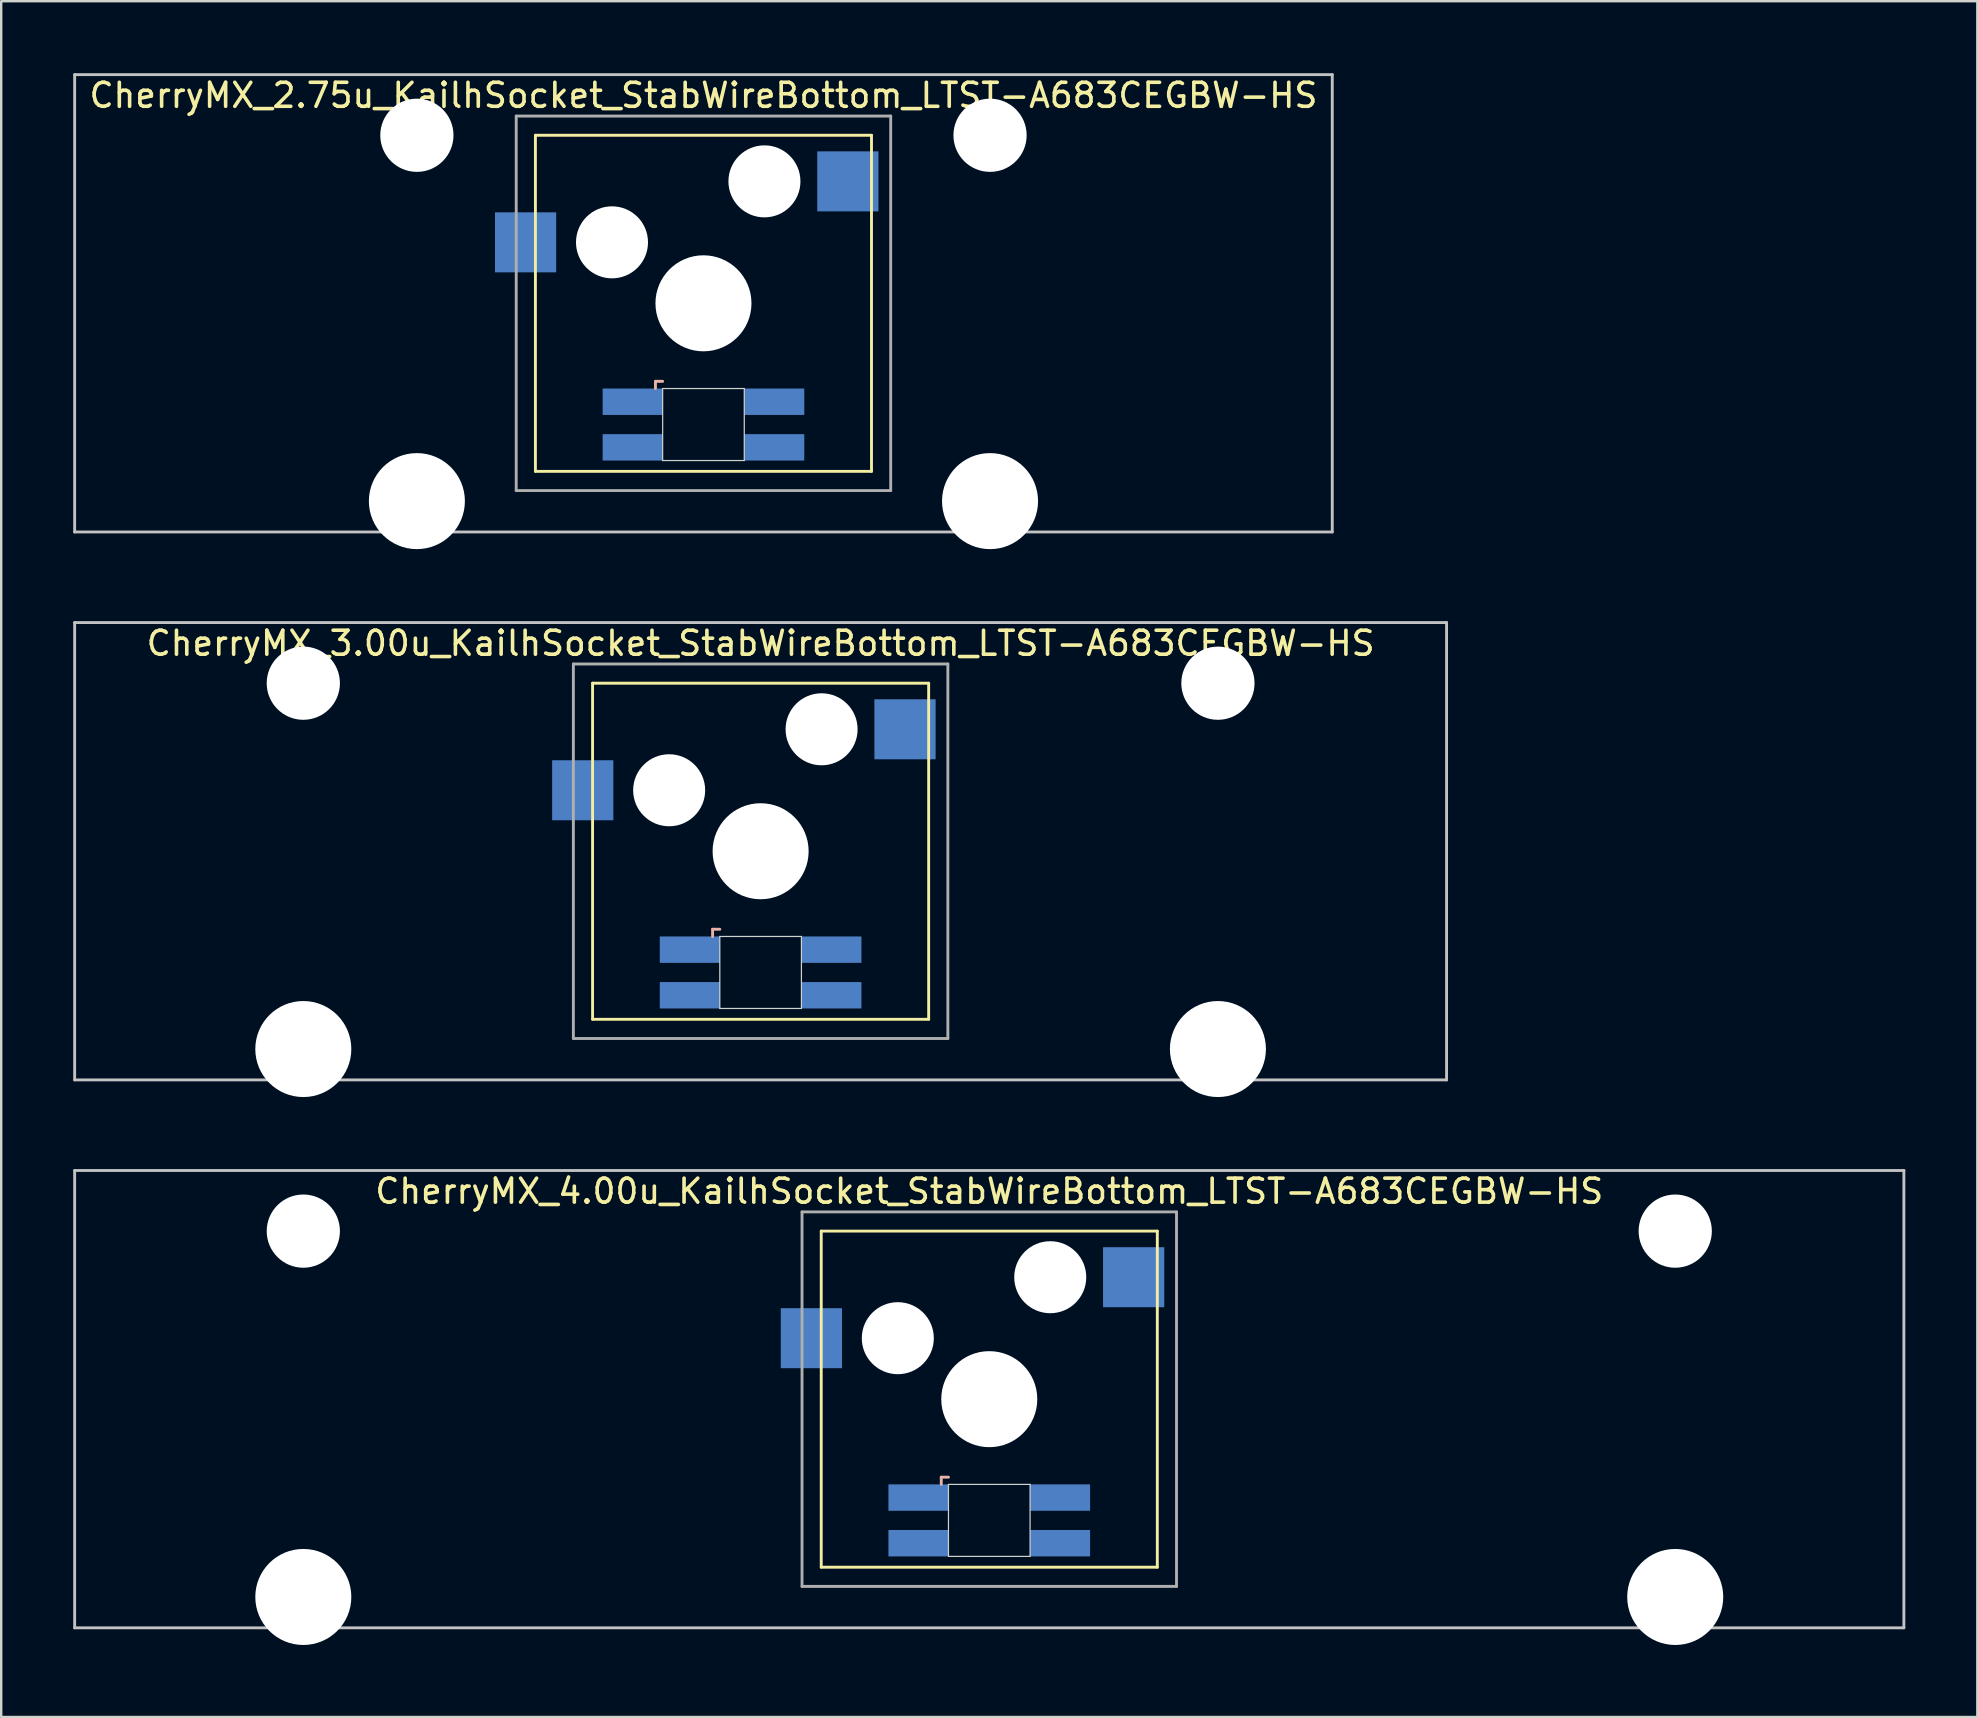
<source format=kicad_pcb>
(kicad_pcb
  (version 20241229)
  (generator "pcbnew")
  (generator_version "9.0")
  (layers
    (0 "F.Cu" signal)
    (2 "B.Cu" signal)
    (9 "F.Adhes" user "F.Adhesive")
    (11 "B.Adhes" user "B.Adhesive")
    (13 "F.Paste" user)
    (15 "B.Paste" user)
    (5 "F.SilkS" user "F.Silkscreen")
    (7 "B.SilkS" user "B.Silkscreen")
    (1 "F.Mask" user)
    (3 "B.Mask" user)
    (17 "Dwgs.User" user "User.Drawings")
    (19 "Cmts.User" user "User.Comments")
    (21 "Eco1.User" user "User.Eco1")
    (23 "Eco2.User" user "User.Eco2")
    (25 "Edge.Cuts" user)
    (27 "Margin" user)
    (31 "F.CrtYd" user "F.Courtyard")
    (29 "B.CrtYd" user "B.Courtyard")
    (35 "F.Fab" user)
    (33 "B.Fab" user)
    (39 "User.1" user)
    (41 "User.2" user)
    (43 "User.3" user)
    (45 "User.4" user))
  (footprint "CherryMX_3.00u_KailhSocket_StabWireBottom_LTST-A683CEGBW-HS"
    (layer "F.Cu")
    (at 28.635 32.41)
    (property "Reference" "CherryMX_3.00u_KailhSocket_StabWireBottom_LTST-A683CEGBW-HS" (at 0 -8.662 0) (layer "F.SilkS") (effects (font (size 1 1) (thickness 0.15))))
    (attr through_hole)
    (fp_line (start -7 -7) (end -7 7) (stroke (width 0.12) (type solid)) (layer "F.SilkS"))
    (fp_line (start -7 -7) (end 7 -7) (stroke (width 0.12) (type solid)) (layer "F.SilkS"))
    (fp_line (start 7 -7) (end 7 7) (stroke (width 0.12) (type solid)) (layer "F.SilkS"))
    (fp_line (start 7 7) (end -7 7) (stroke (width 0.12) (type solid)) (layer "F.SilkS"))
    (fp_line (start -2 3.25) (end -2 3.55) (stroke (width 0.12) (type solid)) (layer "B.SilkS"))
    (fp_line (start -1.7 3.25) (end -2 3.25) (stroke (width 0.12) (type solid)) (layer "B.SilkS"))
    (fp_line (start -28.575 -9.525) (end 28.575 -9.525) (stroke (width 0.12) (type solid)) (layer "Dwgs.User"))
    (fp_line (start -28.575 9.525) (end -28.575 -9.525) (stroke (width 0.12) (type solid)) (layer "Dwgs.User"))
    (fp_line (start 28.575 -9.525) (end 28.575 9.525) (stroke (width 0.12) (type solid)) (layer "Dwgs.User"))
    (fp_line (start 28.575 9.525) (end -28.575 9.525) (stroke (width 0.12) (type solid)) (layer "Dwgs.User"))
    (fp_line (start -1.7 3.55) (end 1.7 3.55) (stroke (width 0.05) (type solid)) (layer "Edge.Cuts"))
    (fp_line (start -1.7 6.55) (end -1.7 3.55) (stroke (width 0.05) (type solid)) (layer "Edge.Cuts"))
    (fp_line (start 1.7 3.55) (end 1.7 6.55) (stroke (width 0.05) (type solid)) (layer "Edge.Cuts"))
    (fp_line (start 1.7 6.55) (end -1.7 6.55) (stroke (width 0.05) (type solid)) (layer "Edge.Cuts"))
    (fp_line (start -7.8 -7.8) (end -7.8 7.8) (stroke (width 0.12) (type solid)) (layer "F.Fab"))
    (fp_line (start -7.8 -7.8) (end 7.8 -7.8) (stroke (width 0.12) (type solid)) (layer "F.Fab"))
    (fp_line (start -7.8 7.8) (end 7.8 7.8) (stroke (width 0.12) (type solid)) (layer "F.Fab"))
    (fp_line (start 7.8 -7.8) (end 7.8 7.8) (stroke (width 0.12) (type solid)) (layer "F.Fab"))
    (pad "" np_thru_hole circle (at -19.05 -7) (size 3.05 3.05) (drill 3.05) (layers "*.Cu" "*.Mask"))
    (pad "" np_thru_hole circle (at -19.05 8.24) (size 4 4) (drill 4) (layers "*.Cu" "*.Mask"))
    (pad "" np_thru_hole circle (at -3.81 -2.54) (size 3 3) (drill 3) (layers "*.Cu" "*.Mask"))
    (pad "" np_thru_hole circle (at 0 0) (size 4 4) (drill 4) (layers "*.Cu" "*.Mask"))
    (pad "" np_thru_hole circle (at 2.54 -5.08) (size 3 3) (drill 3) (layers "*.Cu" "*.Mask"))
    (pad "" np_thru_hole circle (at 19.05 -7) (size 3.05 3.05) (drill 3.05) (layers "*.Cu" "*.Mask"))
    (pad "" np_thru_hole circle (at 19.05 8.24) (size 4 4) (drill 4) (layers "*.Cu" "*.Mask"))
    (pad "1" smd rect (at -7.41 -2.54) (size 2.55 2.5) (layers "B.Cu" "B.Mask" "B.Paste"))
    (pad "2" smd rect (at 6.015 -5.08) (size 2.55 2.5) (layers "B.Cu" "B.Mask" "B.Paste"))
    (pad "3" smd rect (at -2.95 4.1) (size 2.5 1.1) (layers "B.Cu" "B.Mask" "B.Paste"))
    (pad "4" smd rect (at -2.95 6) (size 2.5 1.1) (layers "B.Cu" "B.Mask" "B.Paste"))
    (pad "5" smd rect (at 2.95 4.1) (size 2.5 1.1) (layers "B.Cu" "B.Mask" "B.Paste"))
    (pad "6" smd rect (at 2.95 6) (size 2.5 1.1) (layers "B.Cu" "B.Mask" "B.Paste")))
  (footprint "CherryMX_2.75u_KailhSocket_StabWireBottom_LTST-A683CEGBW-HS"
    (layer "F.Cu")
    (at 26.254 9.585)
    (property "Reference" "CherryMX_2.75u_KailhSocket_StabWireBottom_LTST-A683CEGBW-HS" (at 0 -8.662 0) (layer "F.SilkS") (effects (font (size 1 1) (thickness 0.15))))
    (attr through_hole)
    (fp_line (start -7 -7) (end -7 7) (stroke (width 0.12) (type solid)) (layer "F.SilkS"))
    (fp_line (start -7 -7) (end 7 -7) (stroke (width 0.12) (type solid)) (layer "F.SilkS"))
    (fp_line (start 7 -7) (end 7 7) (stroke (width 0.12) (type solid)) (layer "F.SilkS"))
    (fp_line (start 7 7) (end -7 7) (stroke (width 0.12) (type solid)) (layer "F.SilkS"))
    (fp_line (start -2 3.25) (end -2 3.55) (stroke (width 0.12) (type solid)) (layer "B.SilkS"))
    (fp_line (start -1.7 3.25) (end -2 3.25) (stroke (width 0.12) (type solid)) (layer "B.SilkS"))
    (fp_line (start -26.194 -9.525) (end 26.194 -9.525) (stroke (width 0.12) (type solid)) (layer "Dwgs.User"))
    (fp_line (start -26.194 9.525) (end -26.194 -9.525) (stroke (width 0.12) (type solid)) (layer "Dwgs.User"))
    (fp_line (start 26.194 -9.525) (end 26.194 9.525) (stroke (width 0.12) (type solid)) (layer "Dwgs.User"))
    (fp_line (start 26.194 9.525) (end -26.194 9.525) (stroke (width 0.12) (type solid)) (layer "Dwgs.User"))
    (fp_line (start -1.7 3.55) (end 1.7 3.55) (stroke (width 0.05) (type solid)) (layer "Edge.Cuts"))
    (fp_line (start -1.7 6.55) (end -1.7 3.55) (stroke (width 0.05) (type solid)) (layer "Edge.Cuts"))
    (fp_line (start 1.7 3.55) (end 1.7 6.55) (stroke (width 0.05) (type solid)) (layer "Edge.Cuts"))
    (fp_line (start 1.7 6.55) (end -1.7 6.55) (stroke (width 0.05) (type solid)) (layer "Edge.Cuts"))
    (fp_line (start -7.8 -7.8) (end -7.8 7.8) (stroke (width 0.12) (type solid)) (layer "F.Fab"))
    (fp_line (start -7.8 -7.8) (end 7.8 -7.8) (stroke (width 0.12) (type solid)) (layer "F.Fab"))
    (fp_line (start -7.8 7.8) (end 7.8 7.8) (stroke (width 0.12) (type solid)) (layer "F.Fab"))
    (fp_line (start 7.8 -7.8) (end 7.8 7.8) (stroke (width 0.12) (type solid)) (layer "F.Fab"))
    (pad "" np_thru_hole circle (at -11.938 -7) (size 3.05 3.05) (drill 3.05) (layers "*.Cu" "*.Mask"))
    (pad "" np_thru_hole circle (at -11.938 8.24) (size 4 4) (drill 4) (layers "*.Cu" "*.Mask"))
    (pad "" np_thru_hole circle (at -3.81 -2.54) (size 3 3) (drill 3) (layers "*.Cu" "*.Mask"))
    (pad "" np_thru_hole circle (at 0 0) (size 4 4) (drill 4) (layers "*.Cu" "*.Mask"))
    (pad "" np_thru_hole circle (at 2.54 -5.08) (size 3 3) (drill 3) (layers "*.Cu" "*.Mask"))
    (pad "" np_thru_hole circle (at 11.938 -7) (size 3.05 3.05) (drill 3.05) (layers "*.Cu" "*.Mask"))
    (pad "" np_thru_hole circle (at 11.938 8.24) (size 4 4) (drill 4) (layers "*.Cu" "*.Mask"))
    (pad "1" smd rect (at -7.41 -2.54) (size 2.55 2.5) (layers "B.Cu" "B.Mask" "B.Paste"))
    (pad "2" smd rect (at 6.015 -5.08) (size 2.55 2.5) (layers "B.Cu" "B.Mask" "B.Paste"))
    (pad "3" smd rect (at -2.95 4.1) (size 2.5 1.1) (layers "B.Cu" "B.Mask" "B.Paste"))
    (pad "4" smd rect (at -2.95 6) (size 2.5 1.1) (layers "B.Cu" "B.Mask" "B.Paste"))
    (pad "5" smd rect (at 2.95 4.1) (size 2.5 1.1) (layers "B.Cu" "B.Mask" "B.Paste"))
    (pad "6" smd rect (at 2.95 6) (size 2.5 1.1) (layers "B.Cu" "B.Mask" "B.Paste")))
  (footprint "CherryMX_4.00u_KailhSocket_StabWireBottom_LTST-A683CEGBW-HS"
    (layer "F.Cu")
    (at 38.16 55.235)
    (property "Reference" "CherryMX_4.00u_KailhSocket_StabWireBottom_LTST-A683CEGBW-HS" (at 0 -8.662 0) (layer "F.SilkS") (effects (font (size 1 1) (thickness 0.15))))
    (attr through_hole)
    (fp_line (start -7 -7) (end -7 7) (stroke (width 0.12) (type solid)) (layer "F.SilkS"))
    (fp_line (start -7 -7) (end 7 -7) (stroke (width 0.12) (type solid)) (layer "F.SilkS"))
    (fp_line (start 7 -7) (end 7 7) (stroke (width 0.12) (type solid)) (layer "F.SilkS"))
    (fp_line (start 7 7) (end -7 7) (stroke (width 0.12) (type solid)) (layer "F.SilkS"))
    (fp_line (start -2 3.25) (end -2 3.55) (stroke (width 0.12) (type solid)) (layer "B.SilkS"))
    (fp_line (start -1.7 3.25) (end -2 3.25) (stroke (width 0.12) (type solid)) (layer "B.SilkS"))
    (fp_line (start -38.1 -9.525) (end 38.1 -9.525) (stroke (width 0.12) (type solid)) (layer "Dwgs.User"))
    (fp_line (start -38.1 9.525) (end -38.1 -9.525) (stroke (width 0.12) (type solid)) (layer "Dwgs.User"))
    (fp_line (start 38.1 -9.525) (end 38.1 9.525) (stroke (width 0.12) (type solid)) (layer "Dwgs.User"))
    (fp_line (start 38.1 9.525) (end -38.1 9.525) (stroke (width 0.12) (type solid)) (layer "Dwgs.User"))
    (fp_line (start -1.7 3.55) (end 1.7 3.55) (stroke (width 0.05) (type solid)) (layer "Edge.Cuts"))
    (fp_line (start -1.7 6.55) (end -1.7 3.55) (stroke (width 0.05) (type solid)) (layer "Edge.Cuts"))
    (fp_line (start 1.7 3.55) (end 1.7 6.55) (stroke (width 0.05) (type solid)) (layer "Edge.Cuts"))
    (fp_line (start 1.7 6.55) (end -1.7 6.55) (stroke (width 0.05) (type solid)) (layer "Edge.Cuts"))
    (fp_line (start -7.8 -7.8) (end -7.8 7.8) (stroke (width 0.12) (type solid)) (layer "F.Fab"))
    (fp_line (start -7.8 -7.8) (end 7.8 -7.8) (stroke (width 0.12) (type solid)) (layer "F.Fab"))
    (fp_line (start -7.8 7.8) (end 7.8 7.8) (stroke (width 0.12) (type solid)) (layer "F.Fab"))
    (fp_line (start 7.8 -7.8) (end 7.8 7.8) (stroke (width 0.12) (type solid)) (layer "F.Fab"))
    (pad "" np_thru_hole circle (at -28.575 -7) (size 3.05 3.05) (drill 3.05) (layers "*.Cu" "*.Mask"))
    (pad "" np_thru_hole circle (at -28.575 8.24) (size 4 4) (drill 4) (layers "*.Cu" "*.Mask"))
    (pad "" np_thru_hole circle (at -3.81 -2.54) (size 3 3) (drill 3) (layers "*.Cu" "*.Mask"))
    (pad "" np_thru_hole circle (at 0 0) (size 4 4) (drill 4) (layers "*.Cu" "*.Mask"))
    (pad "" np_thru_hole circle (at 2.54 -5.08) (size 3 3) (drill 3) (layers "*.Cu" "*.Mask"))
    (pad "" np_thru_hole circle (at 28.575 -7) (size 3.05 3.05) (drill 3.05) (layers "*.Cu" "*.Mask"))
    (pad "" np_thru_hole circle (at 28.575 8.24) (size 4 4) (drill 4) (layers "*.Cu" "*.Mask"))
    (pad "1" smd rect (at -7.41 -2.54) (size 2.55 2.5) (layers "B.Cu" "B.Mask" "B.Paste"))
    (pad "2" smd rect (at 6.015 -5.08) (size 2.55 2.5) (layers "B.Cu" "B.Mask" "B.Paste"))
    (pad "3" smd rect (at -2.95 4.1) (size 2.5 1.1) (layers "B.Cu" "B.Mask" "B.Paste"))
    (pad "4" smd rect (at -2.95 6) (size 2.5 1.1) (layers "B.Cu" "B.Mask" "B.Paste"))
    (pad "5" smd rect (at 2.95 4.1) (size 2.5 1.1) (layers "B.Cu" "B.Mask" "B.Paste"))
    (pad "6" smd rect (at 2.95 6) (size 2.5 1.1) (layers "B.Cu" "B.Mask" "B.Paste")))
  (gr_rect
    (start -3 -3)
    (end 79.32 68.475)
    (stroke (width 0.1) (type default))
    (fill no)
    (layer "Edge.Cuts")))
</source>
